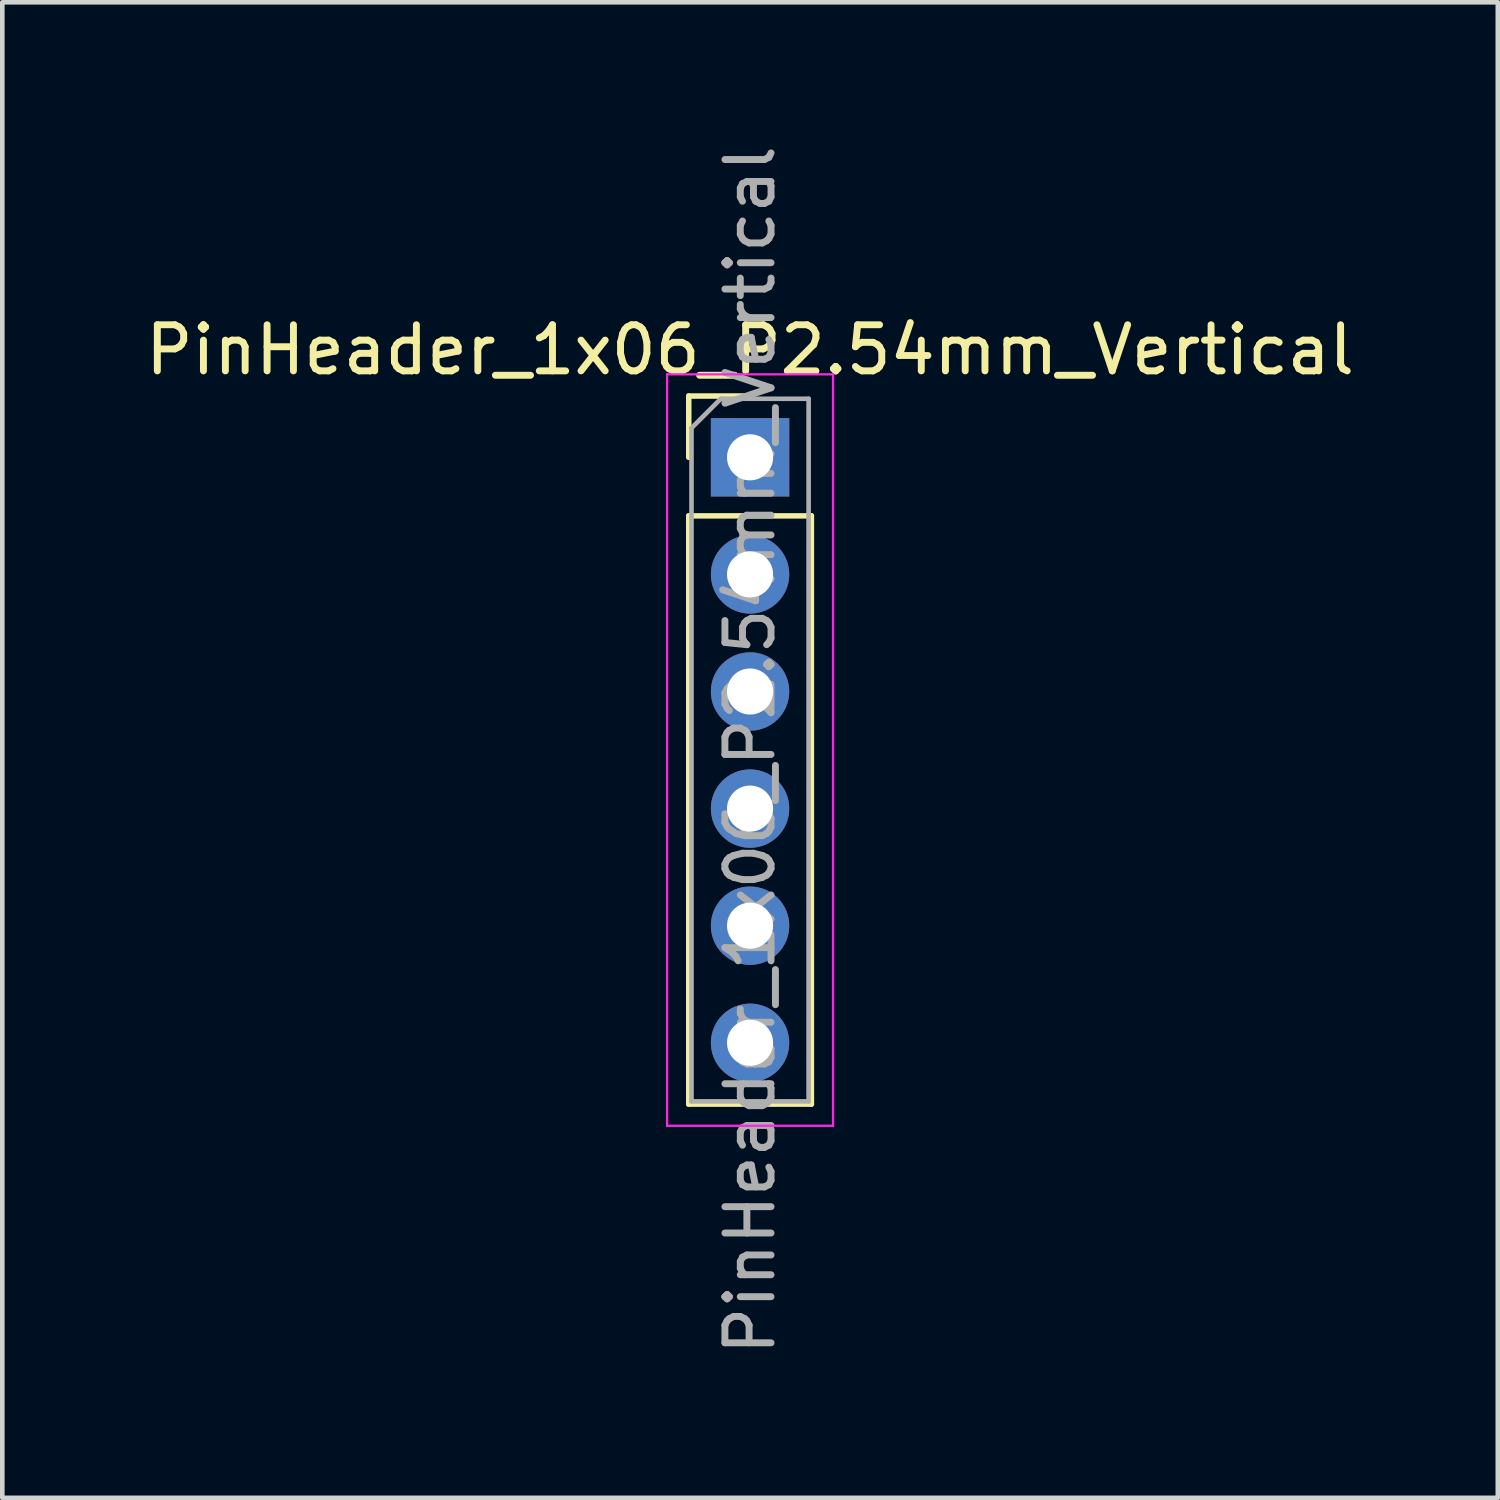
<source format=kicad_pcb>
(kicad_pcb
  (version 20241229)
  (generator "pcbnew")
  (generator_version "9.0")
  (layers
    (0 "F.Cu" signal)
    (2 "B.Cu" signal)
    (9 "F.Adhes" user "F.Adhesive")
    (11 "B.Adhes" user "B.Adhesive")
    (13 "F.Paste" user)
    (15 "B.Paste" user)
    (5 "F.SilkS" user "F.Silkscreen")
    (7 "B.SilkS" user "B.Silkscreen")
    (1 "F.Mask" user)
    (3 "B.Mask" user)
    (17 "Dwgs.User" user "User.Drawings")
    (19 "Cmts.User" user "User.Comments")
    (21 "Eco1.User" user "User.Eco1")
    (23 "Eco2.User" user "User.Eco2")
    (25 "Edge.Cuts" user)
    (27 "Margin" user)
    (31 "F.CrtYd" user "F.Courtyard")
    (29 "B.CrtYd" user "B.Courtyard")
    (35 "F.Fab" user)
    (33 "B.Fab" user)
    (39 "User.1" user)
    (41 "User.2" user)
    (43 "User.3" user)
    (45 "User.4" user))
  (footprint "PinHeader_1x06_P2.54mm_Vertical"
    (layer "F.Cu")
    (at 13.22 6.87)
    (property "Reference" "PinHeader_1x06_P2.54mm_Vertical" (at 0 -2.33 0) (layer "F.SilkS") (effects (font (size 1 1) (thickness 0.15))))
    (attr through_hole)
    (fp_line (start -1.33 -1.33) (end 0 -1.33) (stroke (width 0.12) (type solid)) (layer "F.SilkS"))
    (fp_line (start -1.33 0) (end -1.33 -1.33) (stroke (width 0.12) (type solid)) (layer "F.SilkS"))
    (fp_line (start -1.33 1.27) (end -1.33 14.03) (stroke (width 0.12) (type solid)) (layer "F.SilkS"))
    (fp_line (start -1.33 1.27) (end 1.33 1.27) (stroke (width 0.12) (type solid)) (layer "F.SilkS"))
    (fp_line (start -1.33 14.03) (end 1.33 14.03) (stroke (width 0.12) (type solid)) (layer "F.SilkS"))
    (fp_line (start 1.33 1.27) (end 1.33 14.03) (stroke (width 0.12) (type solid)) (layer "F.SilkS"))
    (fp_line (start -1.8 -1.8) (end -1.8 14.5) (stroke (width 0.05) (type solid)) (layer "F.CrtYd"))
    (fp_line (start -1.8 14.5) (end 1.8 14.5) (stroke (width 0.05) (type solid)) (layer "F.CrtYd"))
    (fp_line (start 1.8 -1.8) (end -1.8 -1.8) (stroke (width 0.05) (type solid)) (layer "F.CrtYd"))
    (fp_line (start 1.8 14.5) (end 1.8 -1.8) (stroke (width 0.05) (type solid)) (layer "F.CrtYd"))
    (fp_line (start -1.27 -0.635) (end -0.635 -1.27) (stroke (width 0.1) (type solid)) (layer "F.Fab"))
    (fp_line (start -1.27 13.97) (end -1.27 -0.635) (stroke (width 0.1) (type solid)) (layer "F.Fab"))
    (fp_line (start -0.635 -1.27) (end 1.27 -1.27) (stroke (width 0.1) (type solid)) (layer "F.Fab"))
    (fp_line (start 1.27 -1.27) (end 1.27 13.97) (stroke (width 0.1) (type solid)) (layer "F.Fab"))
    (fp_line (start 1.27 13.97) (end -1.27 13.97) (stroke (width 0.1) (type solid)) (layer "F.Fab"))
    (fp_text user "${REFERENCE}" (at 0 6.35 90) (layer "F.Fab") (effects (font (size 1 1) (thickness 0.15))))
    (pad "1" thru_hole rect (at 0 0) (size 1.7 1.7) (drill 1) (layers "*.Cu" "*.Mask"))
    (pad "2" thru_hole oval (at 0 2.54) (size 1.7 1.7) (drill 1) (layers "*.Cu" "*.Mask"))
    (pad "3" thru_hole oval (at 0 5.08) (size 1.7 1.7) (drill 1) (layers "*.Cu" "*.Mask"))
    (pad "4" thru_hole oval (at 0 7.62) (size 1.7 1.7) (drill 1) (layers "*.Cu" "*.Mask"))
    (pad "5" thru_hole oval (at 0 10.16) (size 1.7 1.7) (drill 1) (layers "*.Cu" "*.Mask"))
    (pad "6" thru_hole oval (at 0 12.7) (size 1.7 1.7) (drill 1) (layers "*.Cu" "*.Mask")))
  (gr_rect
    (start -3 -3)
    (end 29.44 29.44)
    (stroke (width 0.1) (type default))
    (fill no)
    (layer "Edge.Cuts")))
</source>
